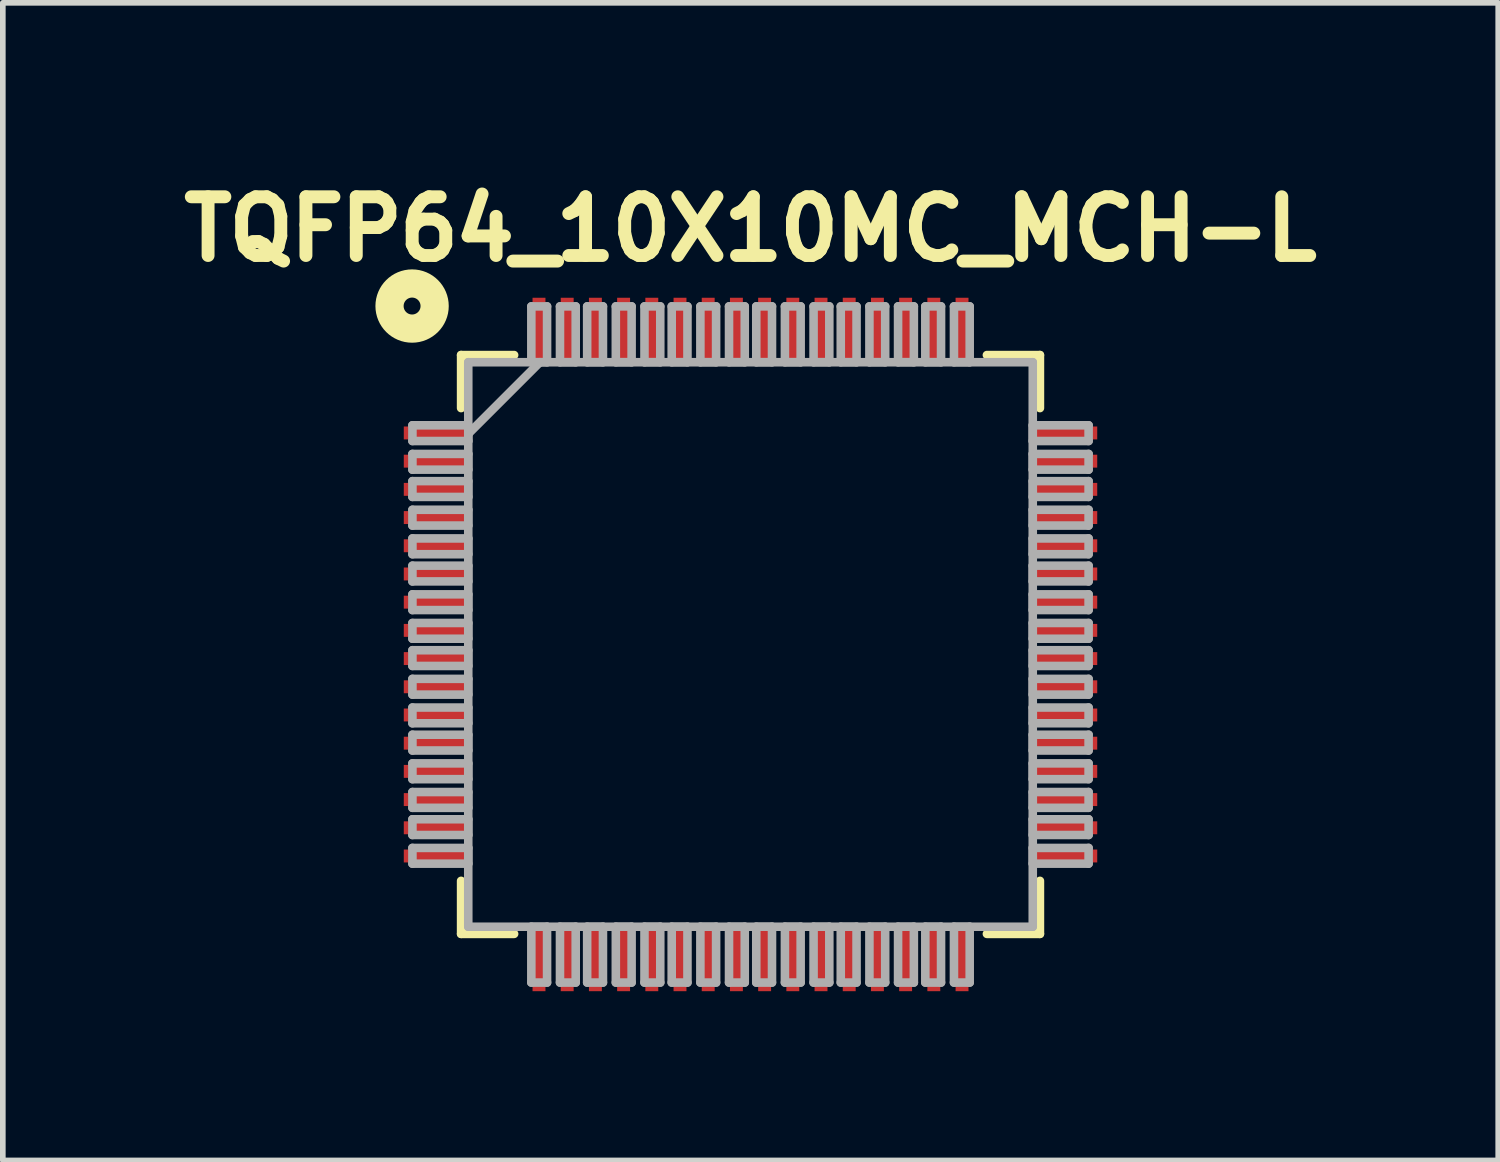
<source format=kicad_pcb>
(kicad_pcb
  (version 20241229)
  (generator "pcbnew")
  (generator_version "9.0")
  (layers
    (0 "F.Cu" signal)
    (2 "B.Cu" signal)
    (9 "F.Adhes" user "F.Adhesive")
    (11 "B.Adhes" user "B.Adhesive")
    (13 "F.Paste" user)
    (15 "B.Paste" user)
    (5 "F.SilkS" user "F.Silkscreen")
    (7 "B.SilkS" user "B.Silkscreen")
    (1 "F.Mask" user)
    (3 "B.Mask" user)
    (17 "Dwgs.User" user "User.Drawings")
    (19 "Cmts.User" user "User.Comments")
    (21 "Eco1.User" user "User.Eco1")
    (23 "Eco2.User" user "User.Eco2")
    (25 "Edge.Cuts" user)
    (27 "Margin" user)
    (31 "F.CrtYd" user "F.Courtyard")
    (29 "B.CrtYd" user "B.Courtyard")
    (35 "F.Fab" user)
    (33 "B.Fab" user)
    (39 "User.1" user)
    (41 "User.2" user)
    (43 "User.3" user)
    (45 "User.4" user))
  (footprint "TQFP64_10X10MC_MCH-L"
    (layer "F.Cu")
    (at 10.256 8.376)
    (property "Reference" "TQFP64_10X10MC_MCH-L" (at 0 -7.366 0) (layer "F.SilkS") (effects (font (size 1.041 1.041) (thickness 0.229))))
    (fp_line (start -5.131 -5.131) (end -5.131 -4.191) (stroke (width 0.152) (type solid)) (layer "F.SilkS"))
    (fp_line (start -5.131 4.191) (end -5.131 5.131) (stroke (width 0.152) (type solid)) (layer "F.SilkS"))
    (fp_line (start -5.131 5.131) (end -4.191 5.131) (stroke (width 0.152) (type solid)) (layer "F.SilkS"))
    (fp_line (start -4.191 -5.131) (end -5.131 -5.131) (stroke (width 0.152) (type solid)) (layer "F.SilkS"))
    (fp_line (start 4.191 5.131) (end 5.131 5.131) (stroke (width 0.152) (type solid)) (layer "F.SilkS"))
    (fp_line (start 5.131 -5.131) (end 4.191 -5.131) (stroke (width 0.152) (type solid)) (layer "F.SilkS"))
    (fp_line (start 5.131 -4.191) (end 5.131 -5.131) (stroke (width 0.152) (type solid)) (layer "F.SilkS"))
    (fp_line (start 5.131 5.131) (end 5.131 4.191) (stroke (width 0.152) (type solid)) (layer "F.SilkS"))
    (fp_circle (center -6 -6) (end -5.85 -6) (stroke (width 0.5) (type solid)) (fill no) (layer "F.SilkS"))
    (fp_line (start -5.994 -3.886) (end -5.994 -3.607) (stroke (width 0.152) (type solid)) (layer "F.Fab"))
    (fp_line (start -5.994 -3.607) (end -5.004 -3.607) (stroke (width 0.152) (type solid)) (layer "F.Fab"))
    (fp_line (start -5.994 -3.378) (end -5.994 -3.099) (stroke (width 0.152) (type solid)) (layer "F.Fab"))
    (fp_line (start -5.994 -3.099) (end -5.004 -3.099) (stroke (width 0.152) (type solid)) (layer "F.Fab"))
    (fp_line (start -5.994 -2.896) (end -5.994 -2.616) (stroke (width 0.152) (type solid)) (layer "F.Fab"))
    (fp_line (start -5.994 -2.616) (end -5.004 -2.616) (stroke (width 0.152) (type solid)) (layer "F.Fab"))
    (fp_line (start -5.994 -2.388) (end -5.994 -2.108) (stroke (width 0.152) (type solid)) (layer "F.Fab"))
    (fp_line (start -5.994 -2.108) (end -5.004 -2.108) (stroke (width 0.152) (type solid)) (layer "F.Fab"))
    (fp_line (start -5.994 -1.88) (end -5.994 -1.6) (stroke (width 0.152) (type solid)) (layer "F.Fab"))
    (fp_line (start -5.994 -1.6) (end -5.004 -1.6) (stroke (width 0.152) (type solid)) (layer "F.Fab"))
    (fp_line (start -5.994 -1.397) (end -5.994 -1.118) (stroke (width 0.152) (type solid)) (layer "F.Fab"))
    (fp_line (start -5.994 -1.118) (end -5.004 -1.118) (stroke (width 0.152) (type solid)) (layer "F.Fab"))
    (fp_line (start -5.994 -0.889) (end -5.994 -0.61) (stroke (width 0.152) (type solid)) (layer "F.Fab"))
    (fp_line (start -5.994 -0.61) (end -5.004 -0.61) (stroke (width 0.152) (type solid)) (layer "F.Fab"))
    (fp_line (start -5.994 -0.381) (end -5.994 -0.102) (stroke (width 0.152) (type solid)) (layer "F.Fab"))
    (fp_line (start -5.994 -0.102) (end -5.004 -0.102) (stroke (width 0.152) (type solid)) (layer "F.Fab"))
    (fp_line (start -5.994 0.102) (end -5.994 0.381) (stroke (width 0.152) (type solid)) (layer "F.Fab"))
    (fp_line (start -5.994 0.381) (end -5.004 0.381) (stroke (width 0.152) (type solid)) (layer "F.Fab"))
    (fp_line (start -5.994 0.61) (end -5.994 0.889) (stroke (width 0.152) (type solid)) (layer "F.Fab"))
    (fp_line (start -5.994 0.889) (end -5.004 0.889) (stroke (width 0.152) (type solid)) (layer "F.Fab"))
    (fp_line (start -5.994 1.118) (end -5.994 1.397) (stroke (width 0.152) (type solid)) (layer "F.Fab"))
    (fp_line (start -5.994 1.397) (end -5.004 1.397) (stroke (width 0.152) (type solid)) (layer "F.Fab"))
    (fp_line (start -5.994 1.6) (end -5.994 1.88) (stroke (width 0.152) (type solid)) (layer "F.Fab"))
    (fp_line (start -5.994 1.88) (end -5.004 1.88) (stroke (width 0.152) (type solid)) (layer "F.Fab"))
    (fp_line (start -5.994 2.108) (end -5.994 2.388) (stroke (width 0.152) (type solid)) (layer "F.Fab"))
    (fp_line (start -5.994 2.388) (end -5.004 2.388) (stroke (width 0.152) (type solid)) (layer "F.Fab"))
    (fp_line (start -5.994 2.616) (end -5.994 2.896) (stroke (width 0.152) (type solid)) (layer "F.Fab"))
    (fp_line (start -5.994 2.896) (end -5.004 2.896) (stroke (width 0.152) (type solid)) (layer "F.Fab"))
    (fp_line (start -5.994 3.099) (end -5.994 3.378) (stroke (width 0.152) (type solid)) (layer "F.Fab"))
    (fp_line (start -5.994 3.378) (end -5.004 3.378) (stroke (width 0.152) (type solid)) (layer "F.Fab"))
    (fp_line (start -5.994 3.607) (end -5.994 3.886) (stroke (width 0.152) (type solid)) (layer "F.Fab"))
    (fp_line (start -5.994 3.886) (end -5.004 3.886) (stroke (width 0.152) (type solid)) (layer "F.Fab"))
    (fp_line (start -5.004 -5.004) (end -5.004 5.004) (stroke (width 0.152) (type solid)) (layer "F.Fab"))
    (fp_line (start -5.004 -3.886) (end -5.994 -3.886) (stroke (width 0.152) (type solid)) (layer "F.Fab"))
    (fp_line (start -5.004 -3.734) (end -5.004 -3.886) (stroke (width 0.152) (type solid)) (layer "F.Fab"))
    (fp_line (start -5.004 -3.734) (end -3.734 -5.004) (stroke (width 0.152) (type solid)) (layer "F.Fab"))
    (fp_line (start -5.004 -3.607) (end -5.004 -3.734) (stroke (width 0.152) (type solid)) (layer "F.Fab"))
    (fp_line (start -5.004 -3.378) (end -5.994 -3.378) (stroke (width 0.152) (type solid)) (layer "F.Fab"))
    (fp_line (start -5.004 -3.099) (end -5.004 -3.378) (stroke (width 0.152) (type solid)) (layer "F.Fab"))
    (fp_line (start -5.004 -2.896) (end -5.994 -2.896) (stroke (width 0.152) (type solid)) (layer "F.Fab"))
    (fp_line (start -5.004 -2.616) (end -5.004 -2.896) (stroke (width 0.152) (type solid)) (layer "F.Fab"))
    (fp_line (start -5.004 -2.388) (end -5.994 -2.388) (stroke (width 0.152) (type solid)) (layer "F.Fab"))
    (fp_line (start -5.004 -2.108) (end -5.004 -2.388) (stroke (width 0.152) (type solid)) (layer "F.Fab"))
    (fp_line (start -5.004 -1.88) (end -5.994 -1.88) (stroke (width 0.152) (type solid)) (layer "F.Fab"))
    (fp_line (start -5.004 -1.6) (end -5.004 -1.88) (stroke (width 0.152) (type solid)) (layer "F.Fab"))
    (fp_line (start -5.004 -1.397) (end -5.994 -1.397) (stroke (width 0.152) (type solid)) (layer "F.Fab"))
    (fp_line (start -5.004 -1.118) (end -5.004 -1.397) (stroke (width 0.152) (type solid)) (layer "F.Fab"))
    (fp_line (start -5.004 -0.889) (end -5.994 -0.889) (stroke (width 0.152) (type solid)) (layer "F.Fab"))
    (fp_line (start -5.004 -0.61) (end -5.004 -0.889) (stroke (width 0.152) (type solid)) (layer "F.Fab"))
    (fp_line (start -5.004 -0.381) (end -5.994 -0.381) (stroke (width 0.152) (type solid)) (layer "F.Fab"))
    (fp_line (start -5.004 -0.102) (end -5.004 -0.381) (stroke (width 0.152) (type solid)) (layer "F.Fab"))
    (fp_line (start -5.004 0.102) (end -5.994 0.102) (stroke (width 0.152) (type solid)) (layer "F.Fab"))
    (fp_line (start -5.004 0.381) (end -5.004 0.102) (stroke (width 0.152) (type solid)) (layer "F.Fab"))
    (fp_line (start -5.004 0.61) (end -5.994 0.61) (stroke (width 0.152) (type solid)) (layer "F.Fab"))
    (fp_line (start -5.004 0.889) (end -5.004 0.61) (stroke (width 0.152) (type solid)) (layer "F.Fab"))
    (fp_line (start -5.004 1.118) (end -5.994 1.118) (stroke (width 0.152) (type solid)) (layer "F.Fab"))
    (fp_line (start -5.004 1.397) (end -5.004 1.118) (stroke (width 0.152) (type solid)) (layer "F.Fab"))
    (fp_line (start -5.004 1.6) (end -5.994 1.6) (stroke (width 0.152) (type solid)) (layer "F.Fab"))
    (fp_line (start -5.004 1.88) (end -5.004 1.6) (stroke (width 0.152) (type solid)) (layer "F.Fab"))
    (fp_line (start -5.004 2.108) (end -5.994 2.108) (stroke (width 0.152) (type solid)) (layer "F.Fab"))
    (fp_line (start -5.004 2.388) (end -5.004 2.108) (stroke (width 0.152) (type solid)) (layer "F.Fab"))
    (fp_line (start -5.004 2.616) (end -5.994 2.616) (stroke (width 0.152) (type solid)) (layer "F.Fab"))
    (fp_line (start -5.004 2.896) (end -5.004 2.616) (stroke (width 0.152) (type solid)) (layer "F.Fab"))
    (fp_line (start -5.004 3.099) (end -5.994 3.099) (stroke (width 0.152) (type solid)) (layer "F.Fab"))
    (fp_line (start -5.004 3.378) (end -5.004 3.099) (stroke (width 0.152) (type solid)) (layer "F.Fab"))
    (fp_line (start -5.004 3.607) (end -5.994 3.607) (stroke (width 0.152) (type solid)) (layer "F.Fab"))
    (fp_line (start -5.004 3.886) (end -5.004 3.607) (stroke (width 0.152) (type solid)) (layer "F.Fab"))
    (fp_line (start -5.004 5.004) (end 5.004 5.004) (stroke (width 0.152) (type solid)) (layer "F.Fab"))
    (fp_line (start -3.886 -5.994) (end -3.886 -5.004) (stroke (width 0.152) (type solid)) (layer "F.Fab"))
    (fp_line (start -3.886 -5.004) (end -3.734 -5.004) (stroke (width 0.152) (type solid)) (layer "F.Fab"))
    (fp_line (start -3.886 5.004) (end -3.886 5.994) (stroke (width 0.152) (type solid)) (layer "F.Fab"))
    (fp_line (start -3.886 5.994) (end -3.607 5.994) (stroke (width 0.152) (type solid)) (layer "F.Fab"))
    (fp_line (start -3.734 -5.004) (end -3.607 -5.004) (stroke (width 0.152) (type solid)) (layer "F.Fab"))
    (fp_line (start -3.607 -5.994) (end -3.886 -5.994) (stroke (width 0.152) (type solid)) (layer "F.Fab"))
    (fp_line (start -3.607 -5.004) (end -3.607 -5.994) (stroke (width 0.152) (type solid)) (layer "F.Fab"))
    (fp_line (start -3.607 5.004) (end -3.886 5.004) (stroke (width 0.152) (type solid)) (layer "F.Fab"))
    (fp_line (start -3.607 5.994) (end -3.607 5.004) (stroke (width 0.152) (type solid)) (layer "F.Fab"))
    (fp_line (start -3.378 -5.994) (end -3.378 -5.004) (stroke (width 0.152) (type solid)) (layer "F.Fab"))
    (fp_line (start -3.378 -5.004) (end -3.099 -5.004) (stroke (width 0.152) (type solid)) (layer "F.Fab"))
    (fp_line (start -3.378 5.004) (end -3.378 5.994) (stroke (width 0.152) (type solid)) (layer "F.Fab"))
    (fp_line (start -3.378 5.994) (end -3.099 5.994) (stroke (width 0.152) (type solid)) (layer "F.Fab"))
    (fp_line (start -3.099 -5.994) (end -3.378 -5.994) (stroke (width 0.152) (type solid)) (layer "F.Fab"))
    (fp_line (start -3.099 -5.004) (end -3.099 -5.994) (stroke (width 0.152) (type solid)) (layer "F.Fab"))
    (fp_line (start -3.099 5.004) (end -3.378 5.004) (stroke (width 0.152) (type solid)) (layer "F.Fab"))
    (fp_line (start -3.099 5.994) (end -3.099 5.004) (stroke (width 0.152) (type solid)) (layer "F.Fab"))
    (fp_line (start -2.896 -5.994) (end -2.896 -5.004) (stroke (width 0.152) (type solid)) (layer "F.Fab"))
    (fp_line (start -2.896 -5.004) (end -2.616 -5.004) (stroke (width 0.152) (type solid)) (layer "F.Fab"))
    (fp_line (start -2.896 5.004) (end -2.896 5.994) (stroke (width 0.152) (type solid)) (layer "F.Fab"))
    (fp_line (start -2.896 5.994) (end -2.616 5.994) (stroke (width 0.152) (type solid)) (layer "F.Fab"))
    (fp_line (start -2.616 -5.994) (end -2.896 -5.994) (stroke (width 0.152) (type solid)) (layer "F.Fab"))
    (fp_line (start -2.616 -5.004) (end -2.616 -5.994) (stroke (width 0.152) (type solid)) (layer "F.Fab"))
    (fp_line (start -2.616 5.004) (end -2.896 5.004) (stroke (width 0.152) (type solid)) (layer "F.Fab"))
    (fp_line (start -2.616 5.994) (end -2.616 5.004) (stroke (width 0.152) (type solid)) (layer "F.Fab"))
    (fp_line (start -2.388 -5.994) (end -2.388 -5.004) (stroke (width 0.152) (type solid)) (layer "F.Fab"))
    (fp_line (start -2.388 -5.004) (end -2.108 -5.004) (stroke (width 0.152) (type solid)) (layer "F.Fab"))
    (fp_line (start -2.388 5.004) (end -2.388 5.994) (stroke (width 0.152) (type solid)) (layer "F.Fab"))
    (fp_line (start -2.388 5.994) (end -2.108 5.994) (stroke (width 0.152) (type solid)) (layer "F.Fab"))
    (fp_line (start -2.108 -5.994) (end -2.388 -5.994) (stroke (width 0.152) (type solid)) (layer "F.Fab"))
    (fp_line (start -2.108 -5.004) (end -2.108 -5.994) (stroke (width 0.152) (type solid)) (layer "F.Fab"))
    (fp_line (start -2.108 5.004) (end -2.388 5.004) (stroke (width 0.152) (type solid)) (layer "F.Fab"))
    (fp_line (start -2.108 5.994) (end -2.108 5.004) (stroke (width 0.152) (type solid)) (layer "F.Fab"))
    (fp_line (start -1.88 -5.994) (end -1.88 -5.004) (stroke (width 0.152) (type solid)) (layer "F.Fab"))
    (fp_line (start -1.88 -5.004) (end -1.6 -5.004) (stroke (width 0.152) (type solid)) (layer "F.Fab"))
    (fp_line (start -1.88 5.004) (end -1.88 5.994) (stroke (width 0.152) (type solid)) (layer "F.Fab"))
    (fp_line (start -1.88 5.994) (end -1.6 5.994) (stroke (width 0.152) (type solid)) (layer "F.Fab"))
    (fp_line (start -1.6 -5.994) (end -1.88 -5.994) (stroke (width 0.152) (type solid)) (layer "F.Fab"))
    (fp_line (start -1.6 -5.004) (end -1.6 -5.994) (stroke (width 0.152) (type solid)) (layer "F.Fab"))
    (fp_line (start -1.6 5.004) (end -1.88 5.004) (stroke (width 0.152) (type solid)) (layer "F.Fab"))
    (fp_line (start -1.6 5.994) (end -1.6 5.004) (stroke (width 0.152) (type solid)) (layer "F.Fab"))
    (fp_line (start -1.397 -5.994) (end -1.397 -5.004) (stroke (width 0.152) (type solid)) (layer "F.Fab"))
    (fp_line (start -1.397 -5.004) (end -1.118 -5.004) (stroke (width 0.152) (type solid)) (layer "F.Fab"))
    (fp_line (start -1.397 5.004) (end -1.397 5.994) (stroke (width 0.152) (type solid)) (layer "F.Fab"))
    (fp_line (start -1.397 5.994) (end -1.118 5.994) (stroke (width 0.152) (type solid)) (layer "F.Fab"))
    (fp_line (start -1.118 -5.994) (end -1.397 -5.994) (stroke (width 0.152) (type solid)) (layer "F.Fab"))
    (fp_line (start -1.118 -5.004) (end -1.118 -5.994) (stroke (width 0.152) (type solid)) (layer "F.Fab"))
    (fp_line (start -1.118 5.004) (end -1.397 5.004) (stroke (width 0.152) (type solid)) (layer "F.Fab"))
    (fp_line (start -1.118 5.994) (end -1.118 5.004) (stroke (width 0.152) (type solid)) (layer "F.Fab"))
    (fp_line (start -0.889 -5.994) (end -0.889 -5.004) (stroke (width 0.152) (type solid)) (layer "F.Fab"))
    (fp_line (start -0.889 -5.004) (end -0.61 -5.004) (stroke (width 0.152) (type solid)) (layer "F.Fab"))
    (fp_line (start -0.889 5.004) (end -0.889 5.994) (stroke (width 0.152) (type solid)) (layer "F.Fab"))
    (fp_line (start -0.889 5.994) (end -0.61 5.994) (stroke (width 0.152) (type solid)) (layer "F.Fab"))
    (fp_line (start -0.61 -5.994) (end -0.889 -5.994) (stroke (width 0.152) (type solid)) (layer "F.Fab"))
    (fp_line (start -0.61 -5.004) (end -0.61 -5.994) (stroke (width 0.152) (type solid)) (layer "F.Fab"))
    (fp_line (start -0.61 5.004) (end -0.889 5.004) (stroke (width 0.152) (type solid)) (layer "F.Fab"))
    (fp_line (start -0.61 5.994) (end -0.61 5.004) (stroke (width 0.152) (type solid)) (layer "F.Fab"))
    (fp_line (start -0.381 -5.994) (end -0.381 -5.004) (stroke (width 0.152) (type solid)) (layer "F.Fab"))
    (fp_line (start -0.381 -5.004) (end -0.102 -5.004) (stroke (width 0.152) (type solid)) (layer "F.Fab"))
    (fp_line (start -0.381 5.004) (end -0.381 5.994) (stroke (width 0.152) (type solid)) (layer "F.Fab"))
    (fp_line (start -0.381 5.994) (end -0.102 5.994) (stroke (width 0.152) (type solid)) (layer "F.Fab"))
    (fp_line (start -0.102 -5.994) (end -0.381 -5.994) (stroke (width 0.152) (type solid)) (layer "F.Fab"))
    (fp_line (start -0.102 -5.004) (end -0.102 -5.994) (stroke (width 0.152) (type solid)) (layer "F.Fab"))
    (fp_line (start -0.102 5.004) (end -0.381 5.004) (stroke (width 0.152) (type solid)) (layer "F.Fab"))
    (fp_line (start -0.102 5.994) (end -0.102 5.004) (stroke (width 0.152) (type solid)) (layer "F.Fab"))
    (fp_line (start 0.102 -5.994) (end 0.102 -5.004) (stroke (width 0.152) (type solid)) (layer "F.Fab"))
    (fp_line (start 0.102 -5.004) (end 0.381 -5.004) (stroke (width 0.152) (type solid)) (layer "F.Fab"))
    (fp_line (start 0.102 5.004) (end 0.102 5.994) (stroke (width 0.152) (type solid)) (layer "F.Fab"))
    (fp_line (start 0.102 5.994) (end 0.381 5.994) (stroke (width 0.152) (type solid)) (layer "F.Fab"))
    (fp_line (start 0.381 -5.994) (end 0.102 -5.994) (stroke (width 0.152) (type solid)) (layer "F.Fab"))
    (fp_line (start 0.381 -5.004) (end 0.381 -5.994) (stroke (width 0.152) (type solid)) (layer "F.Fab"))
    (fp_line (start 0.381 5.004) (end 0.102 5.004) (stroke (width 0.152) (type solid)) (layer "F.Fab"))
    (fp_line (start 0.381 5.994) (end 0.381 5.004) (stroke (width 0.152) (type solid)) (layer "F.Fab"))
    (fp_line (start 0.61 -5.994) (end 0.61 -5.004) (stroke (width 0.152) (type solid)) (layer "F.Fab"))
    (fp_line (start 0.61 -5.004) (end 0.889 -5.004) (stroke (width 0.152) (type solid)) (layer "F.Fab"))
    (fp_line (start 0.61 5.004) (end 0.61 5.994) (stroke (width 0.152) (type solid)) (layer "F.Fab"))
    (fp_line (start 0.61 5.994) (end 0.889 5.994) (stroke (width 0.152) (type solid)) (layer "F.Fab"))
    (fp_line (start 0.889 -5.994) (end 0.61 -5.994) (stroke (width 0.152) (type solid)) (layer "F.Fab"))
    (fp_line (start 0.889 -5.004) (end 0.889 -5.994) (stroke (width 0.152) (type solid)) (layer "F.Fab"))
    (fp_line (start 0.889 5.004) (end 0.61 5.004) (stroke (width 0.152) (type solid)) (layer "F.Fab"))
    (fp_line (start 0.889 5.994) (end 0.889 5.004) (stroke (width 0.152) (type solid)) (layer "F.Fab"))
    (fp_line (start 1.118 -5.994) (end 1.118 -5.004) (stroke (width 0.152) (type solid)) (layer "F.Fab"))
    (fp_line (start 1.118 -5.004) (end 1.397 -5.004) (stroke (width 0.152) (type solid)) (layer "F.Fab"))
    (fp_line (start 1.118 5.004) (end 1.118 5.994) (stroke (width 0.152) (type solid)) (layer "F.Fab"))
    (fp_line (start 1.118 5.994) (end 1.397 5.994) (stroke (width 0.152) (type solid)) (layer "F.Fab"))
    (fp_line (start 1.397 -5.994) (end 1.118 -5.994) (stroke (width 0.152) (type solid)) (layer "F.Fab"))
    (fp_line (start 1.397 -5.004) (end 1.397 -5.994) (stroke (width 0.152) (type solid)) (layer "F.Fab"))
    (fp_line (start 1.397 5.004) (end 1.118 5.004) (stroke (width 0.152) (type solid)) (layer "F.Fab"))
    (fp_line (start 1.397 5.994) (end 1.397 5.004) (stroke (width 0.152) (type solid)) (layer "F.Fab"))
    (fp_line (start 1.6 -5.994) (end 1.6 -5.004) (stroke (width 0.152) (type solid)) (layer "F.Fab"))
    (fp_line (start 1.6 -5.004) (end 1.88 -5.004) (stroke (width 0.152) (type solid)) (layer "F.Fab"))
    (fp_line (start 1.6 5.004) (end 1.6 5.994) (stroke (width 0.152) (type solid)) (layer "F.Fab"))
    (fp_line (start 1.6 5.994) (end 1.88 5.994) (stroke (width 0.152) (type solid)) (layer "F.Fab"))
    (fp_line (start 1.88 -5.994) (end 1.6 -5.994) (stroke (width 0.152) (type solid)) (layer "F.Fab"))
    (fp_line (start 1.88 -5.004) (end 1.88 -5.994) (stroke (width 0.152) (type solid)) (layer "F.Fab"))
    (fp_line (start 1.88 5.004) (end 1.6 5.004) (stroke (width 0.152) (type solid)) (layer "F.Fab"))
    (fp_line (start 1.88 5.994) (end 1.88 5.004) (stroke (width 0.152) (type solid)) (layer "F.Fab"))
    (fp_line (start 2.108 -5.994) (end 2.108 -5.004) (stroke (width 0.152) (type solid)) (layer "F.Fab"))
    (fp_line (start 2.108 -5.004) (end 2.388 -5.004) (stroke (width 0.152) (type solid)) (layer "F.Fab"))
    (fp_line (start 2.108 5.004) (end 2.108 5.994) (stroke (width 0.152) (type solid)) (layer "F.Fab"))
    (fp_line (start 2.108 5.994) (end 2.388 5.994) (stroke (width 0.152) (type solid)) (layer "F.Fab"))
    (fp_line (start 2.388 -5.994) (end 2.108 -5.994) (stroke (width 0.152) (type solid)) (layer "F.Fab"))
    (fp_line (start 2.388 -5.004) (end 2.388 -5.994) (stroke (width 0.152) (type solid)) (layer "F.Fab"))
    (fp_line (start 2.388 5.004) (end 2.108 5.004) (stroke (width 0.152) (type solid)) (layer "F.Fab"))
    (fp_line (start 2.388 5.994) (end 2.388 5.004) (stroke (width 0.152) (type solid)) (layer "F.Fab"))
    (fp_line (start 2.616 -5.994) (end 2.616 -5.004) (stroke (width 0.152) (type solid)) (layer "F.Fab"))
    (fp_line (start 2.616 -5.004) (end 2.896 -5.004) (stroke (width 0.152) (type solid)) (layer "F.Fab"))
    (fp_line (start 2.616 5.004) (end 2.616 5.994) (stroke (width 0.152) (type solid)) (layer "F.Fab"))
    (fp_line (start 2.616 5.994) (end 2.896 5.994) (stroke (width 0.152) (type solid)) (layer "F.Fab"))
    (fp_line (start 2.896 -5.994) (end 2.616 -5.994) (stroke (width 0.152) (type solid)) (layer "F.Fab"))
    (fp_line (start 2.896 -5.004) (end 2.896 -5.994) (stroke (width 0.152) (type solid)) (layer "F.Fab"))
    (fp_line (start 2.896 5.004) (end 2.616 5.004) (stroke (width 0.152) (type solid)) (layer "F.Fab"))
    (fp_line (start 2.896 5.994) (end 2.896 5.004) (stroke (width 0.152) (type solid)) (layer "F.Fab"))
    (fp_line (start 3.099 -5.994) (end 3.099 -5.004) (stroke (width 0.152) (type solid)) (layer "F.Fab"))
    (fp_line (start 3.099 -5.004) (end 3.378 -5.004) (stroke (width 0.152) (type solid)) (layer "F.Fab"))
    (fp_line (start 3.099 5.004) (end 3.099 5.994) (stroke (width 0.152) (type solid)) (layer "F.Fab"))
    (fp_line (start 3.099 5.994) (end 3.378 5.994) (stroke (width 0.152) (type solid)) (layer "F.Fab"))
    (fp_line (start 3.378 -5.994) (end 3.099 -5.994) (stroke (width 0.152) (type solid)) (layer "F.Fab"))
    (fp_line (start 3.378 -5.004) (end 3.378 -5.994) (stroke (width 0.152) (type solid)) (layer "F.Fab"))
    (fp_line (start 3.378 5.004) (end 3.099 5.004) (stroke (width 0.152) (type solid)) (layer "F.Fab"))
    (fp_line (start 3.378 5.994) (end 3.378 5.004) (stroke (width 0.152) (type solid)) (layer "F.Fab"))
    (fp_line (start 3.607 -5.994) (end 3.607 -5.004) (stroke (width 0.152) (type solid)) (layer "F.Fab"))
    (fp_line (start 3.607 -5.004) (end 3.886 -5.004) (stroke (width 0.152) (type solid)) (layer "F.Fab"))
    (fp_line (start 3.607 5.004) (end 3.607 5.994) (stroke (width 0.152) (type solid)) (layer "F.Fab"))
    (fp_line (start 3.607 5.994) (end 3.886 5.994) (stroke (width 0.152) (type solid)) (layer "F.Fab"))
    (fp_line (start 3.886 -5.994) (end 3.607 -5.994) (stroke (width 0.152) (type solid)) (layer "F.Fab"))
    (fp_line (start 3.886 -5.004) (end 3.886 -5.994) (stroke (width 0.152) (type solid)) (layer "F.Fab"))
    (fp_line (start 3.886 5.004) (end 3.607 5.004) (stroke (width 0.152) (type solid)) (layer "F.Fab"))
    (fp_line (start 3.886 5.994) (end 3.886 5.004) (stroke (width 0.152) (type solid)) (layer "F.Fab"))
    (fp_line (start 5.004 -5.004) (end -5.004 -5.004) (stroke (width 0.152) (type solid)) (layer "F.Fab"))
    (fp_line (start 5.004 -3.886) (end 5.004 -3.607) (stroke (width 0.152) (type solid)) (layer "F.Fab"))
    (fp_line (start 5.004 -3.607) (end 5.994 -3.607) (stroke (width 0.152) (type solid)) (layer "F.Fab"))
    (fp_line (start 5.004 -3.378) (end 5.004 -3.099) (stroke (width 0.152) (type solid)) (layer "F.Fab"))
    (fp_line (start 5.004 -3.099) (end 5.994 -3.099) (stroke (width 0.152) (type solid)) (layer "F.Fab"))
    (fp_line (start 5.004 -2.896) (end 5.004 -2.616) (stroke (width 0.152) (type solid)) (layer "F.Fab"))
    (fp_line (start 5.004 -2.616) (end 5.994 -2.616) (stroke (width 0.152) (type solid)) (layer "F.Fab"))
    (fp_line (start 5.004 -2.388) (end 5.004 -2.108) (stroke (width 0.152) (type solid)) (layer "F.Fab"))
    (fp_line (start 5.004 -2.108) (end 5.994 -2.108) (stroke (width 0.152) (type solid)) (layer "F.Fab"))
    (fp_line (start 5.004 -1.88) (end 5.004 -1.6) (stroke (width 0.152) (type solid)) (layer "F.Fab"))
    (fp_line (start 5.004 -1.6) (end 5.994 -1.6) (stroke (width 0.152) (type solid)) (layer "F.Fab"))
    (fp_line (start 5.004 -1.397) (end 5.004 -1.118) (stroke (width 0.152) (type solid)) (layer "F.Fab"))
    (fp_line (start 5.004 -1.118) (end 5.994 -1.118) (stroke (width 0.152) (type solid)) (layer "F.Fab"))
    (fp_line (start 5.004 -0.889) (end 5.004 -0.61) (stroke (width 0.152) (type solid)) (layer "F.Fab"))
    (fp_line (start 5.004 -0.61) (end 5.994 -0.61) (stroke (width 0.152) (type solid)) (layer "F.Fab"))
    (fp_line (start 5.004 -0.381) (end 5.004 -0.102) (stroke (width 0.152) (type solid)) (layer "F.Fab"))
    (fp_line (start 5.004 -0.102) (end 5.994 -0.102) (stroke (width 0.152) (type solid)) (layer "F.Fab"))
    (fp_line (start 5.004 0.102) (end 5.004 0.381) (stroke (width 0.152) (type solid)) (layer "F.Fab"))
    (fp_line (start 5.004 0.381) (end 5.994 0.381) (stroke (width 0.152) (type solid)) (layer "F.Fab"))
    (fp_line (start 5.004 0.61) (end 5.004 0.889) (stroke (width 0.152) (type solid)) (layer "F.Fab"))
    (fp_line (start 5.004 0.889) (end 5.994 0.889) (stroke (width 0.152) (type solid)) (layer "F.Fab"))
    (fp_line (start 5.004 1.118) (end 5.004 1.397) (stroke (width 0.152) (type solid)) (layer "F.Fab"))
    (fp_line (start 5.004 1.397) (end 5.994 1.397) (stroke (width 0.152) (type solid)) (layer "F.Fab"))
    (fp_line (start 5.004 1.6) (end 5.004 1.88) (stroke (width 0.152) (type solid)) (layer "F.Fab"))
    (fp_line (start 5.004 1.88) (end 5.994 1.88) (stroke (width 0.152) (type solid)) (layer "F.Fab"))
    (fp_line (start 5.004 2.108) (end 5.004 2.388) (stroke (width 0.152) (type solid)) (layer "F.Fab"))
    (fp_line (start 5.004 2.388) (end 5.994 2.388) (stroke (width 0.152) (type solid)) (layer "F.Fab"))
    (fp_line (start 5.004 2.616) (end 5.004 2.896) (stroke (width 0.152) (type solid)) (layer "F.Fab"))
    (fp_line (start 5.004 2.896) (end 5.994 2.896) (stroke (width 0.152) (type solid)) (layer "F.Fab"))
    (fp_line (start 5.004 3.099) (end 5.004 3.378) (stroke (width 0.152) (type solid)) (layer "F.Fab"))
    (fp_line (start 5.004 3.378) (end 5.994 3.378) (stroke (width 0.152) (type solid)) (layer "F.Fab"))
    (fp_line (start 5.004 3.607) (end 5.004 3.886) (stroke (width 0.152) (type solid)) (layer "F.Fab"))
    (fp_line (start 5.004 3.886) (end 5.994 3.886) (stroke (width 0.152) (type solid)) (layer "F.Fab"))
    (fp_line (start 5.004 5.004) (end 5.004 -5.004) (stroke (width 0.152) (type solid)) (layer "F.Fab"))
    (fp_line (start 5.994 -3.886) (end 5.004 -3.886) (stroke (width 0.152) (type solid)) (layer "F.Fab"))
    (fp_line (start 5.994 -3.607) (end 5.994 -3.886) (stroke (width 0.152) (type solid)) (layer "F.Fab"))
    (fp_line (start 5.994 -3.378) (end 5.004 -3.378) (stroke (width 0.152) (type solid)) (layer "F.Fab"))
    (fp_line (start 5.994 -3.099) (end 5.994 -3.378) (stroke (width 0.152) (type solid)) (layer "F.Fab"))
    (fp_line (start 5.994 -2.896) (end 5.004 -2.896) (stroke (width 0.152) (type solid)) (layer "F.Fab"))
    (fp_line (start 5.994 -2.616) (end 5.994 -2.896) (stroke (width 0.152) (type solid)) (layer "F.Fab"))
    (fp_line (start 5.994 -2.388) (end 5.004 -2.388) (stroke (width 0.152) (type solid)) (layer "F.Fab"))
    (fp_line (start 5.994 -2.108) (end 5.994 -2.388) (stroke (width 0.152) (type solid)) (layer "F.Fab"))
    (fp_line (start 5.994 -1.88) (end 5.004 -1.88) (stroke (width 0.152) (type solid)) (layer "F.Fab"))
    (fp_line (start 5.994 -1.6) (end 5.994 -1.88) (stroke (width 0.152) (type solid)) (layer "F.Fab"))
    (fp_line (start 5.994 -1.397) (end 5.004 -1.397) (stroke (width 0.152) (type solid)) (layer "F.Fab"))
    (fp_line (start 5.994 -1.118) (end 5.994 -1.397) (stroke (width 0.152) (type solid)) (layer "F.Fab"))
    (fp_line (start 5.994 -0.889) (end 5.004 -0.889) (stroke (width 0.152) (type solid)) (layer "F.Fab"))
    (fp_line (start 5.994 -0.61) (end 5.994 -0.889) (stroke (width 0.152) (type solid)) (layer "F.Fab"))
    (fp_line (start 5.994 -0.381) (end 5.004 -0.381) (stroke (width 0.152) (type solid)) (layer "F.Fab"))
    (fp_line (start 5.994 -0.102) (end 5.994 -0.381) (stroke (width 0.152) (type solid)) (layer "F.Fab"))
    (fp_line (start 5.994 0.102) (end 5.004 0.102) (stroke (width 0.152) (type solid)) (layer "F.Fab"))
    (fp_line (start 5.994 0.381) (end 5.994 0.102) (stroke (width 0.152) (type solid)) (layer "F.Fab"))
    (fp_line (start 5.994 0.61) (end 5.004 0.61) (stroke (width 0.152) (type solid)) (layer "F.Fab"))
    (fp_line (start 5.994 0.889) (end 5.994 0.61) (stroke (width 0.152) (type solid)) (layer "F.Fab"))
    (fp_line (start 5.994 1.118) (end 5.004 1.118) (stroke (width 0.152) (type solid)) (layer "F.Fab"))
    (fp_line (start 5.994 1.397) (end 5.994 1.118) (stroke (width 0.152) (type solid)) (layer "F.Fab"))
    (fp_line (start 5.994 1.6) (end 5.004 1.6) (stroke (width 0.152) (type solid)) (layer "F.Fab"))
    (fp_line (start 5.994 1.88) (end 5.994 1.6) (stroke (width 0.152) (type solid)) (layer "F.Fab"))
    (fp_line (start 5.994 2.108) (end 5.004 2.108) (stroke (width 0.152) (type solid)) (layer "F.Fab"))
    (fp_line (start 5.994 2.388) (end 5.994 2.108) (stroke (width 0.152) (type solid)) (layer "F.Fab"))
    (fp_line (start 5.994 2.616) (end 5.004 2.616) (stroke (width 0.152) (type solid)) (layer "F.Fab"))
    (fp_line (start 5.994 2.896) (end 5.994 2.616) (stroke (width 0.152) (type solid)) (layer "F.Fab"))
    (fp_line (start 5.994 3.099) (end 5.004 3.099) (stroke (width 0.152) (type solid)) (layer "F.Fab"))
    (fp_line (start 5.994 3.378) (end 5.994 3.099) (stroke (width 0.152) (type solid)) (layer "F.Fab"))
    (fp_line (start 5.994 3.607) (end 5.004 3.607) (stroke (width 0.152) (type solid)) (layer "F.Fab"))
    (fp_line (start 5.994 3.886) (end 5.994 3.607) (stroke (width 0.152) (type solid)) (layer "F.Fab"))
    (pad "1" smd rect (at -5.563 -3.75 270) (size 0.229 1.168) (layers "F.Cu" "F.Mask" "F.Paste"))
    (pad "2" smd rect (at -5.563 -3.25 270) (size 0.229 1.168) (layers "F.Cu" "F.Mask" "F.Paste"))
    (pad "3" smd rect (at -5.563 -2.75 270) (size 0.229 1.168) (layers "F.Cu" "F.Mask" "F.Paste"))
    (pad "4" smd rect (at -5.563 -2.25 270) (size 0.229 1.168) (layers "F.Cu" "F.Mask" "F.Paste"))
    (pad "5" smd rect (at -5.563 -1.75 270) (size 0.229 1.168) (layers "F.Cu" "F.Mask" "F.Paste"))
    (pad "6" smd rect (at -5.563 -1.25 270) (size 0.229 1.168) (layers "F.Cu" "F.Mask" "F.Paste"))
    (pad "7" smd rect (at -5.563 -0.75 270) (size 0.229 1.168) (layers "F.Cu" "F.Mask" "F.Paste"))
    (pad "8" smd rect (at -5.563 -0.25 270) (size 0.229 1.168) (layers "F.Cu" "F.Mask" "F.Paste"))
    (pad "9" smd rect (at -5.563 0.25 270) (size 0.229 1.168) (layers "F.Cu" "F.Mask" "F.Paste"))
    (pad "10" smd rect (at -5.563 0.75 270) (size 0.229 1.168) (layers "F.Cu" "F.Mask" "F.Paste"))
    (pad "11" smd rect (at -5.563 1.25 270) (size 0.229 1.168) (layers "F.Cu" "F.Mask" "F.Paste"))
    (pad "12" smd rect (at -5.563 1.75 270) (size 0.229 1.168) (layers "F.Cu" "F.Mask" "F.Paste"))
    (pad "13" smd rect (at -5.563 2.25 270) (size 0.229 1.168) (layers "F.Cu" "F.Mask" "F.Paste"))
    (pad "14" smd rect (at -5.563 2.75 270) (size 0.229 1.168) (layers "F.Cu" "F.Mask" "F.Paste"))
    (pad "15" smd rect (at -5.563 3.25 270) (size 0.229 1.168) (layers "F.Cu" "F.Mask" "F.Paste"))
    (pad "16" smd rect (at -5.563 3.75 270) (size 0.229 1.168) (layers "F.Cu" "F.Mask" "F.Paste"))
    (pad "17" smd rect (at -3.75 5.563 180) (size 0.229 1.168) (layers "F.Cu" "F.Mask" "F.Paste"))
    (pad "18" smd rect (at -3.25 5.563 180) (size 0.229 1.168) (layers "F.Cu" "F.Mask" "F.Paste"))
    (pad "19" smd rect (at -2.75 5.563 180) (size 0.229 1.168) (layers "F.Cu" "F.Mask" "F.Paste"))
    (pad "20" smd rect (at -2.25 5.563 180) (size 0.229 1.168) (layers "F.Cu" "F.Mask" "F.Paste"))
    (pad "21" smd rect (at -1.75 5.563 180) (size 0.229 1.168) (layers "F.Cu" "F.Mask" "F.Paste"))
    (pad "22" smd rect (at -1.25 5.563 180) (size 0.229 1.168) (layers "F.Cu" "F.Mask" "F.Paste"))
    (pad "23" smd rect (at -0.75 5.563 180) (size 0.229 1.168) (layers "F.Cu" "F.Mask" "F.Paste"))
    (pad "24" smd rect (at -0.25 5.563 180) (size 0.229 1.168) (layers "F.Cu" "F.Mask" "F.Paste"))
    (pad "25" smd rect (at 0.25 5.563 180) (size 0.229 1.168) (layers "F.Cu" "F.Mask" "F.Paste"))
    (pad "26" smd rect (at 0.75 5.563 180) (size 0.229 1.168) (layers "F.Cu" "F.Mask" "F.Paste"))
    (pad "27" smd rect (at 1.25 5.563 180) (size 0.229 1.168) (layers "F.Cu" "F.Mask" "F.Paste"))
    (pad "28" smd rect (at 1.75 5.563 180) (size 0.229 1.168) (layers "F.Cu" "F.Mask" "F.Paste"))
    (pad "29" smd rect (at 2.25 5.563 180) (size 0.229 1.168) (layers "F.Cu" "F.Mask" "F.Paste"))
    (pad "30" smd rect (at 2.75 5.563 180) (size 0.229 1.168) (layers "F.Cu" "F.Mask" "F.Paste"))
    (pad "31" smd rect (at 3.25 5.563 180) (size 0.229 1.168) (layers "F.Cu" "F.Mask" "F.Paste"))
    (pad "32" smd rect (at 3.75 5.563 180) (size 0.229 1.168) (layers "F.Cu" "F.Mask" "F.Paste"))
    (pad "33" smd rect (at 5.563 3.75 270) (size 0.229 1.168) (layers "F.Cu" "F.Mask" "F.Paste"))
    (pad "34" smd rect (at 5.563 3.25 270) (size 0.229 1.168) (layers "F.Cu" "F.Mask" "F.Paste"))
    (pad "35" smd rect (at 5.563 2.75 270) (size 0.229 1.168) (layers "F.Cu" "F.Mask" "F.Paste"))
    (pad "36" smd rect (at 5.563 2.25 270) (size 0.229 1.168) (layers "F.Cu" "F.Mask" "F.Paste"))
    (pad "37" smd rect (at 5.563 1.75 270) (size 0.229 1.168) (layers "F.Cu" "F.Mask" "F.Paste"))
    (pad "38" smd rect (at 5.563 1.25 270) (size 0.229 1.168) (layers "F.Cu" "F.Mask" "F.Paste"))
    (pad "39" smd rect (at 5.563 0.75 270) (size 0.229 1.168) (layers "F.Cu" "F.Mask" "F.Paste"))
    (pad "40" smd rect (at 5.563 0.25 270) (size 0.229 1.168) (layers "F.Cu" "F.Mask" "F.Paste"))
    (pad "41" smd rect (at 5.563 -0.25 270) (size 0.229 1.168) (layers "F.Cu" "F.Mask" "F.Paste"))
    (pad "42" smd rect (at 5.563 -0.75 270) (size 0.229 1.168) (layers "F.Cu" "F.Mask" "F.Paste"))
    (pad "43" smd rect (at 5.563 -1.25 270) (size 0.229 1.168) (layers "F.Cu" "F.Mask" "F.Paste"))
    (pad "44" smd rect (at 5.563 -1.75 270) (size 0.229 1.168) (layers "F.Cu" "F.Mask" "F.Paste"))
    (pad "45" smd rect (at 5.563 -2.25 270) (size 0.229 1.168) (layers "F.Cu" "F.Mask" "F.Paste"))
    (pad "46" smd rect (at 5.563 -2.75 270) (size 0.229 1.168) (layers "F.Cu" "F.Mask" "F.Paste"))
    (pad "47" smd rect (at 5.563 -3.25 270) (size 0.229 1.168) (layers "F.Cu" "F.Mask" "F.Paste"))
    (pad "48" smd rect (at 5.563 -3.75 270) (size 0.229 1.168) (layers "F.Cu" "F.Mask" "F.Paste"))
    (pad "49" smd rect (at 3.75 -5.563 180) (size 0.229 1.168) (layers "F.Cu" "F.Mask" "F.Paste"))
    (pad "50" smd rect (at 3.25 -5.563 180) (size 0.229 1.168) (layers "F.Cu" "F.Mask" "F.Paste"))
    (pad "51" smd rect (at 2.75 -5.563 180) (size 0.229 1.168) (layers "F.Cu" "F.Mask" "F.Paste"))
    (pad "52" smd rect (at 2.25 -5.563 180) (size 0.229 1.168) (layers "F.Cu" "F.Mask" "F.Paste"))
    (pad "53" smd rect (at 1.75 -5.563 180) (size 0.229 1.168) (layers "F.Cu" "F.Mask" "F.Paste"))
    (pad "54" smd rect (at 1.25 -5.563 180) (size 0.229 1.168) (layers "F.Cu" "F.Mask" "F.Paste"))
    (pad "55" smd rect (at 0.75 -5.563 180) (size 0.229 1.168) (layers "F.Cu" "F.Mask" "F.Paste"))
    (pad "56" smd rect (at 0.25 -5.563 180) (size 0.229 1.168) (layers "F.Cu" "F.Mask" "F.Paste"))
    (pad "57" smd rect (at -0.25 -5.563 180) (size 0.229 1.168) (layers "F.Cu" "F.Mask" "F.Paste"))
    (pad "58" smd rect (at -0.75 -5.563 180) (size 0.229 1.168) (layers "F.Cu" "F.Mask" "F.Paste"))
    (pad "59" smd rect (at -1.25 -5.563 180) (size 0.229 1.168) (layers "F.Cu" "F.Mask" "F.Paste"))
    (pad "60" smd rect (at -1.75 -5.563 180) (size 0.229 1.168) (layers "F.Cu" "F.Mask" "F.Paste"))
    (pad "61" smd rect (at -2.25 -5.563 180) (size 0.229 1.168) (layers "F.Cu" "F.Mask" "F.Paste"))
    (pad "62" smd rect (at -2.75 -5.563 180) (size 0.229 1.168) (layers "F.Cu" "F.Mask" "F.Paste"))
    (pad "63" smd rect (at -3.25 -5.563 180) (size 0.229 1.168) (layers "F.Cu" "F.Mask" "F.Paste"))
    (pad "64" smd rect (at -3.75 -5.563 180) (size 0.229 1.168) (layers "F.Cu" "F.Mask" "F.Paste")))
  (gr_rect
    (start -3 -3)
    (end 23.512 17.523)
    (stroke (width 0.1) (type default))
    (fill no)
    (layer "Edge.Cuts")))
</source>
